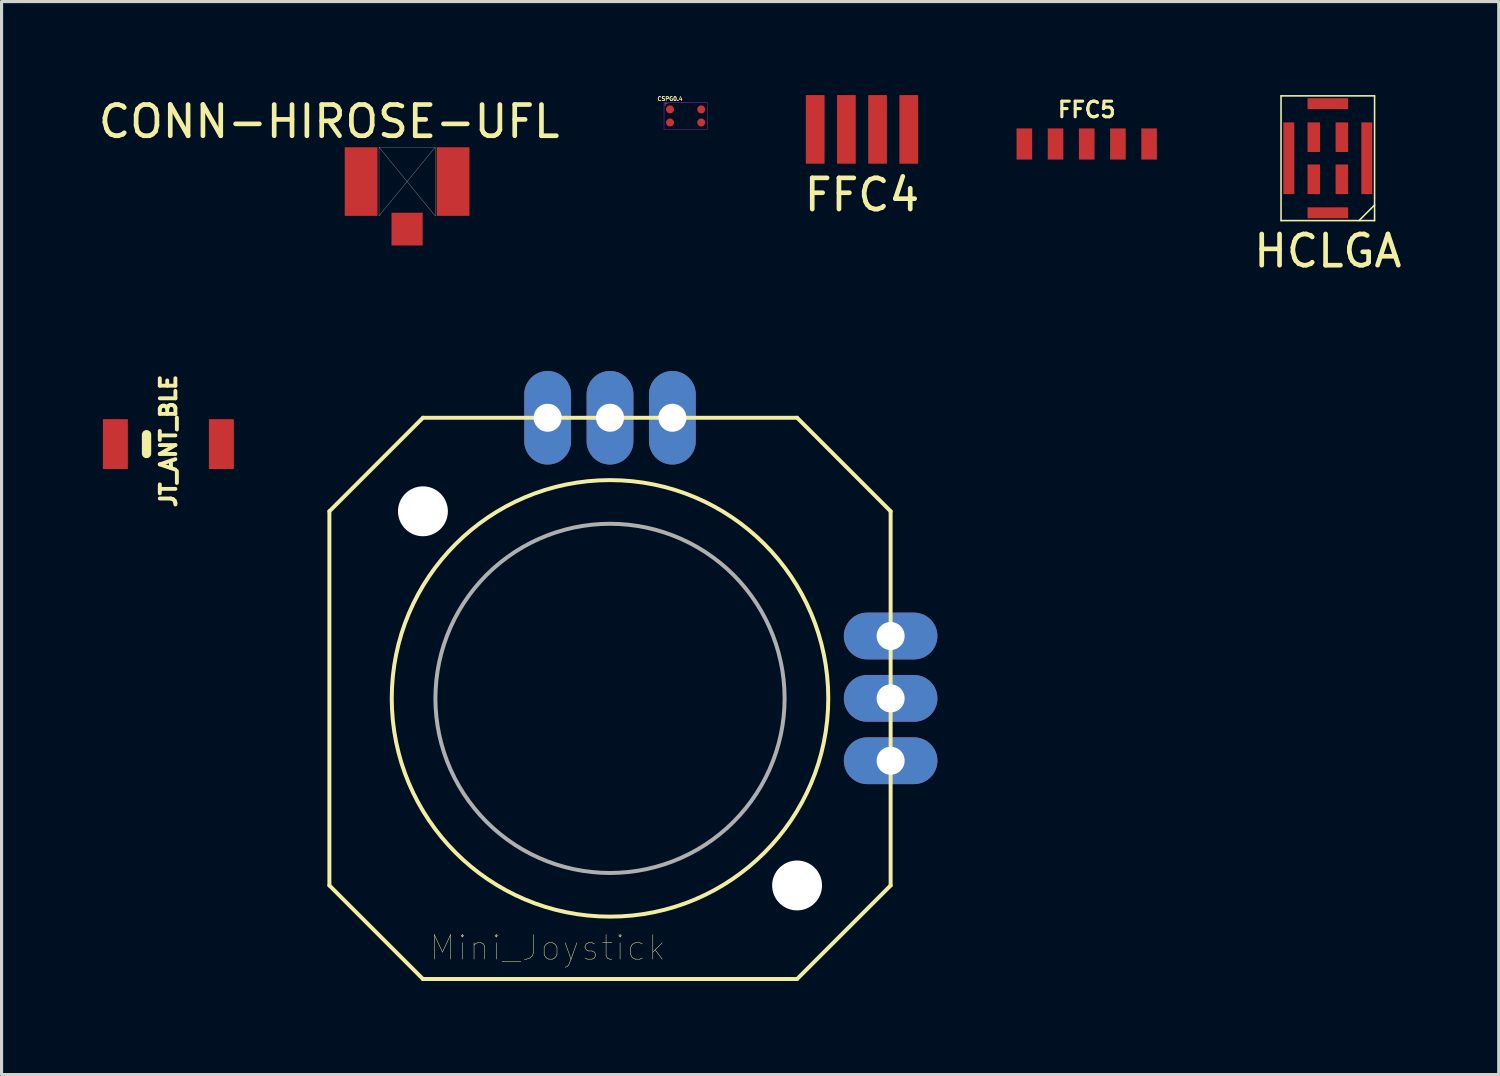
<source format=kicad_pcb>
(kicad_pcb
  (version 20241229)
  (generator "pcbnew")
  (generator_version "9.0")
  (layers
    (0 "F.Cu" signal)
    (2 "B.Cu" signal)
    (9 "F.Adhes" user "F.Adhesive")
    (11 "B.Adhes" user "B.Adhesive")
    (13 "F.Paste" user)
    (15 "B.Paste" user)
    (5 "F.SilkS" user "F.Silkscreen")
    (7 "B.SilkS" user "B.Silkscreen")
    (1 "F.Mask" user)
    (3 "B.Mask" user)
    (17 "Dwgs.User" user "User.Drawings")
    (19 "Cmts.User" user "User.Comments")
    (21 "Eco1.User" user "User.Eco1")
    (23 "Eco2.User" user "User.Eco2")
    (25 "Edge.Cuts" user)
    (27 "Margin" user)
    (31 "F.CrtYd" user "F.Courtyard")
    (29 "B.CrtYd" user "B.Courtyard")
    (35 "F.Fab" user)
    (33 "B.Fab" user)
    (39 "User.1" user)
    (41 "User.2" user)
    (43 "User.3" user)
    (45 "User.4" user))
  (footprint "Mini_Joystick"
    (layer "F.Cu")
    (at 16.514 19.348)
    (property "Reference" "Mini_Joystick" (at -2 8 0) (layer "F.SilkS") (effects (font (size 0.787 0.787) (thickness 0.015))))
    (attr through_hole)
    (fp_line (start -9 -6) (end -6 -9) (stroke (width 0.127) (type solid)) (layer "F.SilkS"))
    (fp_line (start -9 6) (end -9 -6) (stroke (width 0.127) (type solid)) (layer "F.SilkS"))
    (fp_line (start -6 -9) (end 6 -9) (stroke (width 0.127) (type solid)) (layer "F.SilkS"))
    (fp_line (start -6 9) (end -9 6) (stroke (width 0.127) (type solid)) (layer "F.SilkS"))
    (fp_line (start 6 -9) (end 9 -6) (stroke (width 0.127) (type solid)) (layer "F.SilkS"))
    (fp_line (start 6 9) (end -6 9) (stroke (width 0.127) (type solid)) (layer "F.SilkS"))
    (fp_line (start 9 -6) (end 9 6) (stroke (width 0.127) (type solid)) (layer "F.SilkS"))
    (fp_line (start 9 6) (end 6 9) (stroke (width 0.127) (type solid)) (layer "F.SilkS"))
    (fp_circle (center 0 0) (end 7 0) (stroke (width 0.127) (type solid)) (fill no) (layer "F.SilkS"))
    (fp_poly (pts (xy 0 -5.6) (xy 0.293 -5.592) (xy 0.585 -5.569) (xy 0.876 -5.531) (xy 1.164 -5.478) (xy 1.449 -5.409) (xy 1.73 -5.326) (xy 2.007 -5.228) (xy 2.278 -5.116) (xy 2.542 -4.99) (xy 2.8 -4.85) (xy 3.05 -4.697) (xy 3.292 -4.53) (xy 3.524 -4.352) (xy 3.747 -4.162) (xy 3.96 -3.96) (xy 4.162 -3.747) (xy 4.352 -3.524) (xy 4.53 -3.292) (xy 4.697 -3.05) (xy 4.85 -2.8) (xy 4.99 -2.542) (xy 5.116 -2.278) (xy 5.228 -2.007) (xy 5.326 -1.73) (xy 5.409 -1.449) (xy 5.478 -1.164) (xy 5.531 -0.876) (xy 5.569 -0.585) (xy 5.592 -0.293) (xy 5.6 0) (xy 5.592 0.293) (xy 5.569 0.585) (xy 5.531 0.876) (xy 5.478 1.164) (xy 5.409 1.449) (xy 5.326 1.73) (xy 5.228 2.007) (xy 5.116 2.278) (xy 4.99 2.542) (xy 4.85 2.8) (xy 4.697 3.05) (xy 4.53 3.292) (xy 4.352 3.524) (xy 4.162 3.747) (xy 3.96 3.96) (xy 3.747 4.162) (xy 3.524 4.352) (xy 3.292 4.53) (xy 3.05 4.697) (xy 2.8 4.85) (xy 2.542 4.99) (xy 2.278 5.116) (xy 2.007 5.228) (xy 1.73 5.326) (xy 1.449 5.409) (xy 1.164 5.478) (xy 0.876 5.531) (xy 0.585 5.569) (xy 0.293 5.592) (xy 0 5.6) (xy -0.293 5.592) (xy -0.585 5.569) (xy -0.876 5.531) (xy -1.164 5.478) (xy -1.449 5.409) (xy -1.73 5.326) (xy -2.007 5.228) (xy -2.278 5.116) (xy -2.542 4.99) (xy -2.8 4.85) (xy -3.05 4.697) (xy -3.292 4.53) (xy -3.524 4.352) (xy -3.747 4.162) (xy -3.96 3.96) (xy -4.162 3.747) (xy -4.352 3.524) (xy -4.53 3.292) (xy -4.697 3.05) (xy -4.85 2.8) (xy -4.99 2.542) (xy -5.116 2.278) (xy -5.228 2.007) (xy -5.326 1.73) (xy -5.409 1.449) (xy -5.478 1.164) (xy -5.531 0.876) (xy -5.569 0.585) (xy -5.592 0.293) (xy -5.6 0) (xy -5.592 -0.293) (xy -5.569 -0.585) (xy -5.531 -0.876) (xy -5.478 -1.164) (xy -5.409 -1.449) (xy -5.326 -1.73) (xy -5.228 -2.007) (xy -5.116 -2.278) (xy -4.99 -2.542) (xy -4.85 -2.8) (xy -4.697 -3.05) (xy -4.53 -3.292) (xy -4.352 -3.524) (xy -4.162 -3.747) (xy -3.96 -3.96) (xy -3.747 -4.162) (xy -3.524 -4.352) (xy -3.292 -4.53) (xy -3.05 -4.697) (xy -2.8 -4.85) (xy -2.542 -4.99) (xy -2.278 -5.116) (xy -2.007 -5.228) (xy -1.73 -5.326) (xy -1.449 -5.409) (xy -1.164 -5.478) (xy -0.876 -5.531) (xy -0.585 -5.569) (xy -0.293 -5.592) (xy 0 -5.6)) (stroke (width 0.127) (type solid)) (fill no) (layer "F.Fab"))
    (pad "" np_thru_hole circle (at -6 -6) (size 1.6 1.6) (drill 1.6) (layers "*.Cu" "*.Mask"))
    (pad "" np_thru_hole circle (at 6 6) (size 1.6 1.6) (drill 1.6) (layers "*.Cu" "*.Mask"))
    (pad "1" thru_hole oval (at 2 -9) (size 1.5 3) (drill 0.9) (layers "*.Cu" "*.Mask"))
    (pad "2" thru_hole oval (at 0 -9) (size 1.5 3) (drill 0.9) (layers "*.Cu" "*.Mask"))
    (pad "3" thru_hole oval (at -2 -9) (size 1.5 3) (drill 0.9) (layers "*.Cu" "*.Mask"))
    (pad "4" thru_hole oval (at 9 -2) (size 3 1.5) (drill 0.9) (layers "*.Cu" "*.Mask"))
    (pad "5" thru_hole oval (at 9 0) (size 3 1.5) (drill 0.9) (layers "*.Cu" "*.Mask"))
    (pad "6" thru_hole oval (at 9 2) (size 3 1.5) (drill 0.9) (layers "*.Cu" "*.Mask")))
  (footprint "CONN-HIROSE-UFL"
    (layer "F.Cu")
    (at 8.006 2.773)
    (property "Reference" "CONN-HIROSE-UFL" (at -0.5 -1.925 0) (layer "F.SilkS") (effects (font (size 1 1) (thickness 0.15))))
    (attr through_hole)
    (fp_line (start 1.1 -1.1) (end 1.1 1.1) (stroke (width 0.01) (type solid)) (layer "F.Fab"))
    (fp_line (start 1.1 -1.1) (end 2.9 1.1) (stroke (width 0.01) (type solid)) (layer "F.Fab"))
    (fp_line (start 2.9 -1.1) (end 1.1 -1.1) (stroke (width 0.01) (type solid)) (layer "F.Fab"))
    (fp_line (start 2.9 -1.1) (end 1.1 1.1) (stroke (width 0.01) (type solid)) (layer "F.Fab"))
    (fp_line (start 2.9 1.1) (end 2.9 -1.1) (stroke (width 0.01) (type solid)) (layer "F.Fab"))
    (pad "1" smd rect (at 2 1.525) (size 1 1.05) (layers "F.Cu" "F.Mask" "F.Paste"))
    (pad "2" smd rect (at 0.525 0) (size 1.05 2.2) (layers "F.Cu" "F.Mask" "F.Paste"))
    (pad "2" smd rect (at 3.475 0) (size 1.05 2.2) (layers "F.Cu" "F.Mask" "F.Paste")))
  (footprint "CSPG0.4"
    (layer "F.Cu")
    (at 18.439 0.468)
    (property "Reference" "CSPG0.4" (at 0 -0.35 0) (layer "F.SilkS") (effects (font (size 0.127 0.127) (thickness 0.025))))
    (attr through_hole)
    (fp_line (start -0.16 -0.2) (end -0.07 -0.2) (stroke (width 0.01) (type solid)) (layer "F.SilkS"))
    (fp_line (start -0.16 -0.11) (end -0.16 -0.2) (stroke (width 0.01) (type solid)) (layer "F.SilkS"))
    (fp_line (start -0.193 -0.228) (end -0.193 0.628) (stroke (width 0.01) (type solid)) (layer "F.CrtYd"))
    (fp_line (start -0.193 -0.228) (end 1.192 -0.228) (stroke (width 0.01) (type solid)) (layer "F.CrtYd"))
    (fp_line (start -0.193 0.628) (end 1.192 0.628) (stroke (width 0.01) (type solid)) (layer "F.CrtYd"))
    (fp_line (start 1.192 -0.228) (end 1.192 0.628) (stroke (width 0.01) (type solid)) (layer "F.CrtYd"))
    (pad "1" smd circle (at 0 -0.01) (size 0.255 0.255) (layers "F.Cu" "F.Mask" "F.Paste"))
    (pad "2" smd circle (at 0 0.41) (size 0.255 0.255) (layers "F.Cu" "F.Mask" "F.Paste"))
    (pad "3" smd circle (at 1 0.41) (size 0.255 0.255) (layers "F.Cu" "F.Mask" "F.Paste"))
    (pad "4" smd circle (at 1 -0.01) (size 0.255 0.255) (layers "F.Cu" "F.Mask" "F.Paste")))
  (footprint "FFC4"
    (layer "F.Cu")
    (at 24.595 1.1)
    (property "Reference" "FFC4" (at 0 2.1 0) (layer "F.SilkS") (effects (font (size 1 1) (thickness 0.15))))
    (attr smd)
    (pad "1" smd rect (at -1.5 0) (size 0.6 2.2) (layers "F.Cu" "F.Mask" "F.Paste"))
    (pad "2" smd rect (at -0.5 0) (size 0.6 2.2) (layers "F.Cu" "F.Mask" "F.Paste"))
    (pad "3" smd rect (at 0.5 0) (size 0.6 2.2) (layers "F.Cu" "F.Mask" "F.Paste"))
    (pad "4" smd rect (at 1.5 0) (size 0.6 2.2) (layers "F.Cu" "F.Mask" "F.Paste")))
  (footprint "FFC5"
    (layer "F.Cu")
    (at 31.803 1.568)
    (property "Reference" "FFC5" (at 0 -1.1 0) (layer "F.SilkS") (effects (font (size 0.5 0.5) (thickness 0.1))))
    (attr smd)
    (pad "1" smd rect (at 1 0) (size 0.5 1) (layers "F.Cu" "F.Mask" "F.Paste"))
    (pad "2" smd rect (at 0 0) (size 0.5 1) (layers "F.Cu" "F.Mask" "F.Paste"))
    (pad "3" smd rect (at 2 0) (size 0.5 1) (layers "F.Cu" "F.Mask" "F.Paste"))
    (pad "4" smd rect (at -2 0) (size 0.5 1) (layers "F.Cu" "F.Mask" "F.Paste"))
    (pad "5" smd rect (at -1 0) (size 0.5 1) (layers "F.Cu" "F.Mask" "F.Paste")))
  (footprint "HCLGA"
    (layer "F.Cu")
    (at 39.535 2.025)
    (property "Reference" "HCLGA" (at 0 2.975 0) (layer "F.SilkS") (effects (font (size 1 1) (thickness 0.15))))
    (attr through_hole)
    (fp_line (start -1.5 -2) (end 1.5 -2) (stroke (width 0.05) (type solid)) (layer "F.SilkS"))
    (fp_line (start -1.5 2) (end -1.5 -2) (stroke (width 0.05) (type solid)) (layer "F.SilkS"))
    (fp_line (start 1 2) (end 1.5 1.5) (stroke (width 0.05) (type solid)) (layer "F.SilkS"))
    (fp_line (start 1.5 -2) (end 1.5 2) (stroke (width 0.05) (type solid)) (layer "F.SilkS"))
    (fp_line (start 1.5 2) (end -1.5 2) (stroke (width 0.05) (type solid)) (layer "F.SilkS"))
    (pad "1" smd rect (at 0.45 0.675) (size 0.4 0.95) (layers "F.Cu" "F.Mask" "F.Paste"))
    (pad "2" smd rect (at 0.45 -0.675) (size 0.4 0.95) (layers "F.Cu" "F.Mask" "F.Paste"))
    (pad "3" smd rect (at -0.45 -0.675) (size 0.4 0.95) (layers "F.Cu" "F.Mask" "F.Paste"))
    (pad "4" smd rect (at -0.45 0.675) (size 0.4 0.95) (layers "F.Cu" "F.Mask" "F.Paste"))
    (pad "5" smd rect (at -1.25 0) (size 0.35 2.3) (layers "F.Cu" "F.Mask" "F.Paste"))
    (pad "5" smd rect (at 0 -1.75) (size 1.3 0.35) (layers "F.Cu" "F.Mask" "F.Paste"))
    (pad "5" smd rect (at 0 1.75) (size 1.3 0.35) (layers "F.Cu" "F.Mask" "F.Paste"))
    (pad "5" smd rect (at 1.25 0) (size 0.35 2.3) (layers "F.Cu" "F.Mask" "F.Paste")))
  (footprint "JT_ANT_BLE"
    (layer "F.Cu")
    (at 0.25 11.993)
    (property "Reference" "JT_ANT_BLE" (at 2.1 -0.9 90) (layer "F.SilkS") (effects (font (size 0.5 0.5) (thickness 0.125))))
    (attr through_hole)
    (fp_line (start 1.4 -0.5) (end 1.4 -1.1) (stroke (width 0.3) (type solid)) (layer "F.SilkS"))
    (pad "" smd rect (at 3.8 -0.8) (size 0.8 1.6) (layers "F.Cu" "F.Mask" "F.Paste"))
    (pad "1" smd rect (at 0.4 -0.8) (size 0.8 1.6) (layers "F.Cu" "F.Mask" "F.Paste")))
  (gr_rect
    (start -3 -3)
    (end 45.017 31.412)
    (stroke (width 0.1) (type default))
    (fill no)
    (layer "Edge.Cuts")))
</source>
